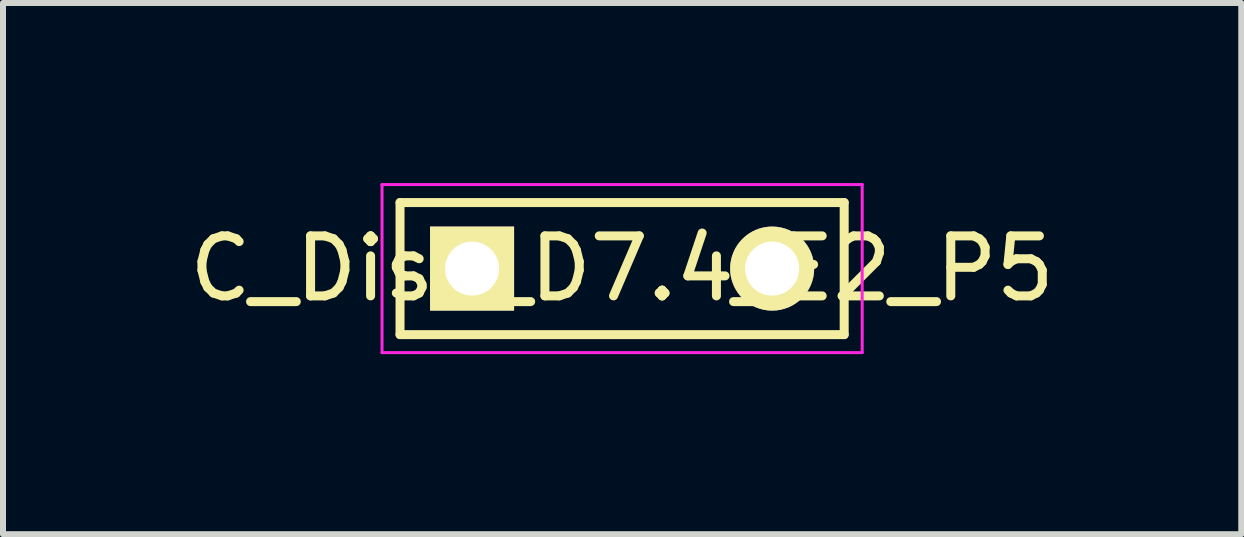
<source format=kicad_pcb>
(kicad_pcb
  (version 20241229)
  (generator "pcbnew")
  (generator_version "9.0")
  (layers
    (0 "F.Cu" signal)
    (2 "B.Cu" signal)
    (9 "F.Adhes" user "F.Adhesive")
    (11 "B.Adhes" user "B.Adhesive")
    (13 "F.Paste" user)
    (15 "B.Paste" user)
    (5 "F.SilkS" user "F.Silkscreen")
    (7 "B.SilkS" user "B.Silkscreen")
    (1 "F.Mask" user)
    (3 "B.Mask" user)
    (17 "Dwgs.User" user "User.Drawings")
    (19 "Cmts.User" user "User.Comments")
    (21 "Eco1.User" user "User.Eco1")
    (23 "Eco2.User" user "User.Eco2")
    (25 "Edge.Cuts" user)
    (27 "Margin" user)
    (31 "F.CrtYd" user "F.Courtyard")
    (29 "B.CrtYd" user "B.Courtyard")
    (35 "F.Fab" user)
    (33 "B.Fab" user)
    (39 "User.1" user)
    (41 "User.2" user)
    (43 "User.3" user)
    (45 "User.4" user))
  (footprint "C_Disc_D7.4_E2_P5"
    (layer "F.Cu")
    (at 4.815 1.425)
    (property "Reference" "C_Disc_D7.4_E2_P5" (at 2.5 0 0) (layer "F.SilkS") (effects (font (size 1 1) (thickness 0.15))))
    (attr through_hole)
    (fp_line (start -1.2 -1.1) (end 6.2 -1.1) (stroke (width 0.15) (type solid)) (layer "F.SilkS"))
    (fp_line (start -1.2 1.1) (end -1.2 -1.1) (stroke (width 0.15) (type solid)) (layer "F.SilkS"))
    (fp_line (start 6.2 -1.1) (end 6.2 1.1) (stroke (width 0.15) (type solid)) (layer "F.SilkS"))
    (fp_line (start 6.2 1.1) (end -1.2 1.1) (stroke (width 0.15) (type solid)) (layer "F.SilkS"))
    (fp_line (start -1.5 -1.4) (end 6.5 -1.4) (stroke (width 0.05) (type solid)) (layer "F.CrtYd"))
    (fp_line (start -1.5 1.4) (end -1.5 -1.4) (stroke (width 0.05) (type solid)) (layer "F.CrtYd"))
    (fp_line (start 6.5 -1.4) (end 6.5 1.4) (stroke (width 0.05) (type solid)) (layer "F.CrtYd"))
    (fp_line (start 6.5 1.4) (end -1.5 1.4) (stroke (width 0.05) (type solid)) (layer "F.CrtYd"))
    (pad "1" thru_hole rect (at 0 0) (size 1.4 1.4) (drill 0.9) (layers "*.Cu" "*.Mask" "F.SilkS"))
    (pad "2" thru_hole circle (at 5 0) (size 1.4 1.4) (drill 0.9) (layers "*.Cu" "*.Mask" "F.SilkS")))
  (gr_rect
    (start -3 -3)
    (end 17.631 5.85)
    (stroke (width 0.1) (type default))
    (fill no)
    (layer "Edge.Cuts")))
</source>
